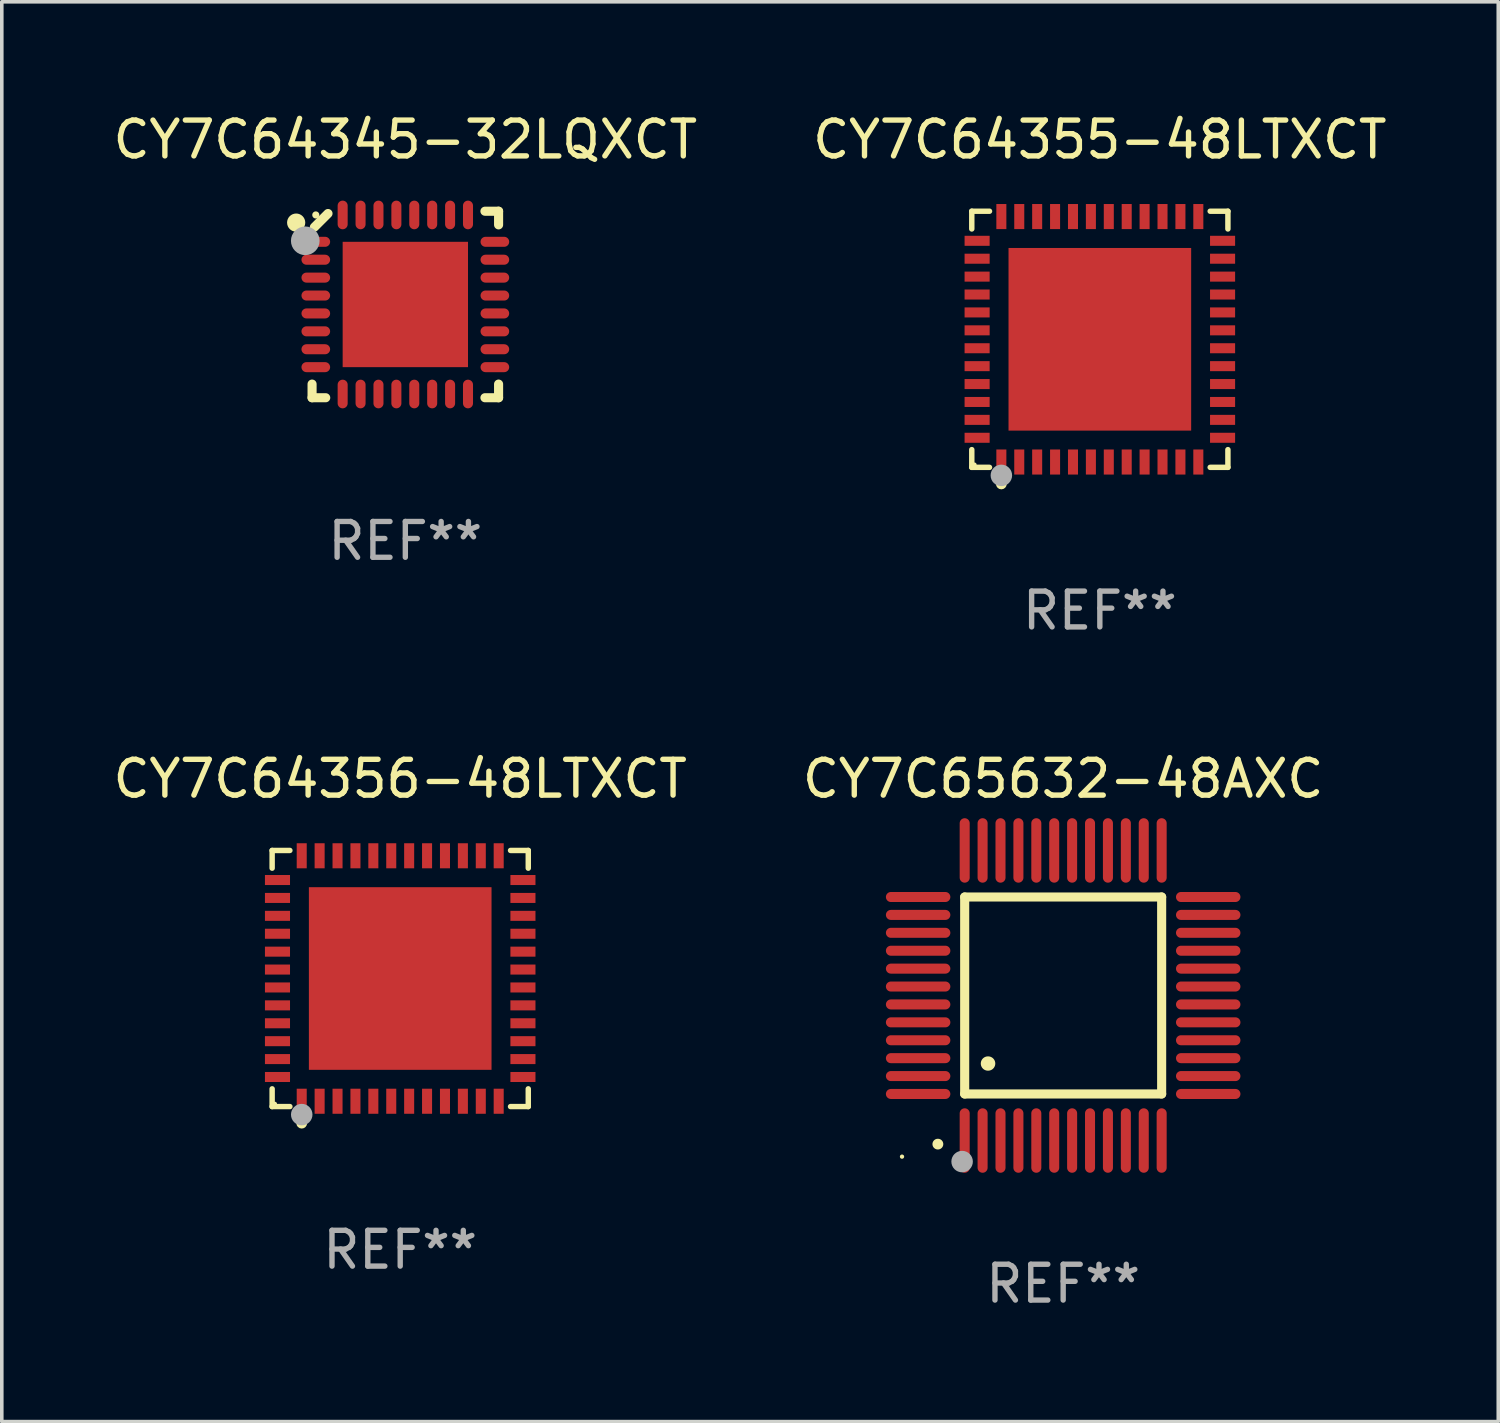
<source format=kicad_pcb>
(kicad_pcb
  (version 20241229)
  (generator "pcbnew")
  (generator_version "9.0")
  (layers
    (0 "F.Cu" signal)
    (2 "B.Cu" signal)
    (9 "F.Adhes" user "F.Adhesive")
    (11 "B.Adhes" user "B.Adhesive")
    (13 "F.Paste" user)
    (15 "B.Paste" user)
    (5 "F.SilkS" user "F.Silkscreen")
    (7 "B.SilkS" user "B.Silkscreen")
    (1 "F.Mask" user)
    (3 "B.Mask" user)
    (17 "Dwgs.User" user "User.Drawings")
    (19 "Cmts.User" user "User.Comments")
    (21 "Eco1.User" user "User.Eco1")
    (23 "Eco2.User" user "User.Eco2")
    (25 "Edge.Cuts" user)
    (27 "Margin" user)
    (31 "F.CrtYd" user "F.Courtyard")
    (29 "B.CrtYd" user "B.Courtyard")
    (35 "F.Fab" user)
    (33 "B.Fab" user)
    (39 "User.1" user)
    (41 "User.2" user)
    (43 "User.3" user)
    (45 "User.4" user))
  (footprint "CY7C64345-32LQXCT"
    (layer "F.Cu")
    (at 8.268 5.452)
    (property "Reference" "CY7C64345-32LQXCT" (at 0 -4.604 0) (layer "F.SilkS") (effects (font (size 1 1) (thickness 0.15))))
    (attr through_hole)
    (fp_line (start -2.604 2.223) (end -2.604 2.604) (stroke (width 0.254) (type solid)) (layer "F.SilkS"))
    (fp_line (start -2.604 2.604) (end -2.223 2.604) (stroke (width 0.254) (type solid)) (layer "F.SilkS"))
    (fp_line (start -2.159 -2.54) (end -2.54 -2.159) (stroke (width 0.254) (type solid)) (layer "F.SilkS"))
    (fp_line (start 2.223 2.604) (end 2.604 2.604) (stroke (width 0.254) (type solid)) (layer "F.SilkS"))
    (fp_line (start 2.604 -2.604) (end 2.223 -2.604) (stroke (width 0.254) (type solid)) (layer "F.SilkS"))
    (fp_line (start 2.604 -2.223) (end 2.604 -2.604) (stroke (width 0.254) (type solid)) (layer "F.SilkS"))
    (fp_line (start 2.604 2.604) (end 2.604 2.223) (stroke (width 0.254) (type solid)) (layer "F.SilkS"))
    (fp_circle (center -3.048 -2.286) (end -2.921 -2.286) (stroke (width 0.254) (type solid)) (fill no) (layer "F.SilkS"))
    (fp_circle (center -2.5 -2.5) (end -2.45 -2.5) (stroke (width 0.1) (type solid)) (fill no) (layer "F.SilkS"))
    (fp_circle (center -2.794 -1.778) (end -2.594 -1.778) (stroke (width 0.4) (type solid)) (fill no) (layer "F.Fab"))
    (fp_text user "REF**" (at 0 6.604 0) (layer "F.Fab") (effects (font (size 1 1) (thickness 0.15))))
    (pad "1" smd oval (at -2.5 -1.75) (size 0.8 0.28) (layers "F.Cu" "F.Mask" "F.Paste"))
    (pad "2" smd oval (at -2.5 -1.25) (size 0.8 0.28) (layers "F.Cu" "F.Mask" "F.Paste"))
    (pad "3" smd oval (at -2.5 -0.75) (size 0.8 0.28) (layers "F.Cu" "F.Mask" "F.Paste"))
    (pad "4" smd oval (at -2.5 -0.25) (size 0.8 0.28) (layers "F.Cu" "F.Mask" "F.Paste"))
    (pad "5" smd oval (at -2.5 0.25) (size 0.8 0.28) (layers "F.Cu" "F.Mask" "F.Paste"))
    (pad "6" smd oval (at -2.5 0.75) (size 0.8 0.28) (layers "F.Cu" "F.Mask" "F.Paste"))
    (pad "7" smd oval (at -2.5 1.25) (size 0.8 0.28) (layers "F.Cu" "F.Mask" "F.Paste"))
    (pad "8" smd oval (at -2.5 1.75) (size 0.8 0.28) (layers "F.Cu" "F.Mask" "F.Paste"))
    (pad "9" smd oval (at -1.75 2.5) (size 0.28 0.8) (layers "F.Cu" "F.Mask" "F.Paste"))
    (pad "10" smd oval (at -1.25 2.5) (size 0.28 0.8) (layers "F.Cu" "F.Mask" "F.Paste"))
    (pad "11" smd oval (at -0.75 2.5) (size 0.28 0.8) (layers "F.Cu" "F.Mask" "F.Paste"))
    (pad "12" smd oval (at -0.25 2.5) (size 0.28 0.8) (layers "F.Cu" "F.Mask" "F.Paste"))
    (pad "13" smd oval (at 0.25 2.5) (size 0.28 0.8) (layers "F.Cu" "F.Mask" "F.Paste"))
    (pad "14" smd oval (at 0.75 2.5) (size 0.28 0.8) (layers "F.Cu" "F.Mask" "F.Paste"))
    (pad "15" smd oval (at 1.25 2.5) (size 0.28 0.8) (layers "F.Cu" "F.Mask" "F.Paste"))
    (pad "16" smd oval (at 1.75 2.5) (size 0.28 0.8) (layers "F.Cu" "F.Mask" "F.Paste"))
    (pad "17" smd oval (at 2.5 1.75) (size 0.8 0.28) (layers "F.Cu" "F.Mask" "F.Paste"))
    (pad "18" smd oval (at 2.5 1.25) (size 0.8 0.28) (layers "F.Cu" "F.Mask" "F.Paste"))
    (pad "19" smd oval (at 2.5 0.75) (size 0.8 0.28) (layers "F.Cu" "F.Mask" "F.Paste"))
    (pad "20" smd oval (at 2.5 0.25) (size 0.8 0.28) (layers "F.Cu" "F.Mask" "F.Paste"))
    (pad "21" smd oval (at 2.5 -0.25) (size 0.8 0.28) (layers "F.Cu" "F.Mask" "F.Paste"))
    (pad "22" smd oval (at 2.5 -0.75) (size 0.8 0.28) (layers "F.Cu" "F.Mask" "F.Paste"))
    (pad "23" smd oval (at 2.5 -1.25) (size 0.8 0.28) (layers "F.Cu" "F.Mask" "F.Paste"))
    (pad "24" smd oval (at 2.5 -1.75) (size 0.8 0.28) (layers "F.Cu" "F.Mask" "F.Paste"))
    (pad "25" smd oval (at 1.75 -2.5) (size 0.28 0.8) (layers "F.Cu" "F.Mask" "F.Paste"))
    (pad "26" smd oval (at 1.25 -2.5) (size 0.28 0.8) (layers "F.Cu" "F.Mask" "F.Paste"))
    (pad "27" smd oval (at 0.75 -2.5) (size 0.28 0.8) (layers "F.Cu" "F.Mask" "F.Paste"))
    (pad "28" smd oval (at 0.25 -2.5) (size 0.28 0.8) (layers "F.Cu" "F.Mask" "F.Paste"))
    (pad "29" smd oval (at -0.25 -2.5) (size 0.28 0.8) (layers "F.Cu" "F.Mask" "F.Paste"))
    (pad "30" smd oval (at -0.75 -2.5) (size 0.28 0.8) (layers "F.Cu" "F.Mask" "F.Paste"))
    (pad "31" smd oval (at -1.25 -2.5) (size 0.28 0.8) (layers "F.Cu" "F.Mask" "F.Paste"))
    (pad "32" smd oval (at -1.75 -2.5) (size 0.28 0.8) (layers "F.Cu" "F.Mask" "F.Paste"))
    (pad "33" smd rect (at 0.000076 0.000076) (size 3.5 3.5) (layers "F.Cu" "F.Mask" "F.Paste")))
  (footprint "CY7C64356-48LTXCT"
    (layer "F.Cu")
    (at 8.125 24.273)
    (property "Reference" "CY7C64356-48LTXCT" (at 0 -5.576 0) (layer "F.SilkS") (effects (font (size 1 1) (thickness 0.15))))
    (attr through_hole)
    (fp_line (start -3.576 -3.576) (end -3.081 -3.576) (stroke (width 0.152) (type solid)) (layer "F.SilkS"))
    (fp_line (start -3.576 -3.081) (end -3.576 -3.576) (stroke (width 0.152) (type solid)) (layer "F.SilkS"))
    (fp_line (start -3.576 3.081) (end -3.576 3.576) (stroke (width 0.152) (type solid)) (layer "F.SilkS"))
    (fp_line (start -3.576 3.576) (end -3.081 3.576) (stroke (width 0.152) (type solid)) (layer "F.SilkS"))
    (fp_line (start 3.576 -3.576) (end 3.081 -3.576) (stroke (width 0.152) (type solid)) (layer "F.SilkS"))
    (fp_line (start 3.576 -3.081) (end 3.576 -3.576) (stroke (width 0.152) (type solid)) (layer "F.SilkS"))
    (fp_line (start 3.576 3.081) (end 3.576 3.576) (stroke (width 0.152) (type solid)) (layer "F.SilkS"))
    (fp_line (start 3.576 3.576) (end 3.081 3.576) (stroke (width 0.152) (type solid)) (layer "F.SilkS"))
    (fp_circle (center -3.5 3.5) (end -3.47 3.5) (stroke (width 0.06) (type solid)) (fill no) (layer "F.SilkS"))
    (fp_circle (center -2.75 4.04) (end -2.675 4.04) (stroke (width 0.15) (type solid)) (fill no) (layer "F.SilkS"))
    (fp_circle (center -2.75 3.8) (end -2.6 3.8) (stroke (width 0.3) (type solid)) (fill no) (layer "F.Fab"))
    (fp_text user "REF**" (at 0 7.576 0) (layer "F.Fab") (effects (font (size 1 1) (thickness 0.15))))
    (pad "1" smd rect (at -2.75 3.427) (size 0.28 0.7) (layers "F.Cu" "F.Mask" "F.Paste"))
    (pad "2" smd rect (at -2.25 3.427) (size 0.28 0.7) (layers "F.Cu" "F.Mask" "F.Paste"))
    (pad "3" smd rect (at -1.75 3.427) (size 0.28 0.7) (layers "F.Cu" "F.Mask" "F.Paste"))
    (pad "4" smd rect (at -1.25 3.427) (size 0.28 0.7) (layers "F.Cu" "F.Mask" "F.Paste"))
    (pad "5" smd rect (at -0.75 3.427) (size 0.28 0.7) (layers "F.Cu" "F.Mask" "F.Paste"))
    (pad "6" smd rect (at -0.25 3.427) (size 0.28 0.7) (layers "F.Cu" "F.Mask" "F.Paste"))
    (pad "7" smd rect (at 0.25 3.427) (size 0.28 0.7) (layers "F.Cu" "F.Mask" "F.Paste"))
    (pad "8" smd rect (at 0.75 3.427) (size 0.28 0.7) (layers "F.Cu" "F.Mask" "F.Paste"))
    (pad "9" smd rect (at 1.25 3.427) (size 0.28 0.7) (layers "F.Cu" "F.Mask" "F.Paste"))
    (pad "10" smd rect (at 1.75 3.427) (size 0.28 0.7) (layers "F.Cu" "F.Mask" "F.Paste"))
    (pad "11" smd rect (at 2.25 3.427) (size 0.28 0.7) (layers "F.Cu" "F.Mask" "F.Paste"))
    (pad "12" smd rect (at 2.75 3.427) (size 0.28 0.7) (layers "F.Cu" "F.Mask" "F.Paste"))
    (pad "13" smd rect (at 3.427 2.75) (size 0.7 0.28) (layers "F.Cu" "F.Mask" "F.Paste"))
    (pad "14" smd rect (at 3.427 2.25) (size 0.7 0.28) (layers "F.Cu" "F.Mask" "F.Paste"))
    (pad "15" smd rect (at 3.427 1.75) (size 0.7 0.28) (layers "F.Cu" "F.Mask" "F.Paste"))
    (pad "16" smd rect (at 3.427 1.25) (size 0.7 0.28) (layers "F.Cu" "F.Mask" "F.Paste"))
    (pad "17" smd rect (at 3.427 0.75) (size 0.7 0.28) (layers "F.Cu" "F.Mask" "F.Paste"))
    (pad "18" smd rect (at 3.427 0.25) (size 0.7 0.28) (layers "F.Cu" "F.Mask" "F.Paste"))
    (pad "19" smd rect (at 3.427 -0.25) (size 0.7 0.28) (layers "F.Cu" "F.Mask" "F.Paste"))
    (pad "20" smd rect (at 3.427 -0.75) (size 0.7 0.28) (layers "F.Cu" "F.Mask" "F.Paste"))
    (pad "21" smd rect (at 3.427 -1.25) (size 0.7 0.28) (layers "F.Cu" "F.Mask" "F.Paste"))
    (pad "22" smd rect (at 3.427 -1.75) (size 0.7 0.28) (layers "F.Cu" "F.Mask" "F.Paste"))
    (pad "23" smd rect (at 3.427 -2.25) (size 0.7 0.28) (layers "F.Cu" "F.Mask" "F.Paste"))
    (pad "24" smd rect (at 3.427 -2.75) (size 0.7 0.28) (layers "F.Cu" "F.Mask" "F.Paste"))
    (pad "25" smd rect (at 2.75 -3.427) (size 0.28 0.7) (layers "F.Cu" "F.Mask" "F.Paste"))
    (pad "26" smd rect (at 2.25 -3.427) (size 0.28 0.7) (layers "F.Cu" "F.Mask" "F.Paste"))
    (pad "27" smd rect (at 1.75 -3.427) (size 0.28 0.7) (layers "F.Cu" "F.Mask" "F.Paste"))
    (pad "28" smd rect (at 1.25 -3.427) (size 0.28 0.7) (layers "F.Cu" "F.Mask" "F.Paste"))
    (pad "29" smd rect (at 0.75 -3.427) (size 0.28 0.7) (layers "F.Cu" "F.Mask" "F.Paste"))
    (pad "30" smd rect (at 0.25 -3.427) (size 0.28 0.7) (layers "F.Cu" "F.Mask" "F.Paste"))
    (pad "31" smd rect (at -0.25 -3.427) (size 0.28 0.7) (layers "F.Cu" "F.Mask" "F.Paste"))
    (pad "32" smd rect (at -0.75 -3.427) (size 0.28 0.7) (layers "F.Cu" "F.Mask" "F.Paste"))
    (pad "33" smd rect (at -1.25 -3.427) (size 0.28 0.7) (layers "F.Cu" "F.Mask" "F.Paste"))
    (pad "34" smd rect (at -1.75 -3.427) (size 0.28 0.7) (layers "F.Cu" "F.Mask" "F.Paste"))
    (pad "35" smd rect (at -2.25 -3.427) (size 0.28 0.7) (layers "F.Cu" "F.Mask" "F.Paste"))
    (pad "36" smd rect (at -2.75 -3.427) (size 0.28 0.7) (layers "F.Cu" "F.Mask" "F.Paste"))
    (pad "37" smd rect (at -3.427 -2.75) (size 0.7 0.28) (layers "F.Cu" "F.Mask" "F.Paste"))
    (pad "38" smd rect (at -3.427 -2.25) (size 0.7 0.28) (layers "F.Cu" "F.Mask" "F.Paste"))
    (pad "39" smd rect (at -3.427 -1.75) (size 0.7 0.28) (layers "F.Cu" "F.Mask" "F.Paste"))
    (pad "40" smd rect (at -3.427 -1.25) (size 0.7 0.28) (layers "F.Cu" "F.Mask" "F.Paste"))
    (pad "41" smd rect (at -3.427 -0.75) (size 0.7 0.28) (layers "F.Cu" "F.Mask" "F.Paste"))
    (pad "42" smd rect (at -3.427 -0.25) (size 0.7 0.28) (layers "F.Cu" "F.Mask" "F.Paste"))
    (pad "43" smd rect (at -3.427 0.25) (size 0.7 0.28) (layers "F.Cu" "F.Mask" "F.Paste"))
    (pad "44" smd rect (at -3.427 0.75) (size 0.7 0.28) (layers "F.Cu" "F.Mask" "F.Paste"))
    (pad "45" smd rect (at -3.427 1.25) (size 0.7 0.28) (layers "F.Cu" "F.Mask" "F.Paste"))
    (pad "46" smd rect (at -3.427 1.75) (size 0.7 0.28) (layers "F.Cu" "F.Mask" "F.Paste"))
    (pad "47" smd rect (at -3.427 2.25) (size 0.7 0.28) (layers "F.Cu" "F.Mask" "F.Paste"))
    (pad "48" smd rect (at -3.427 2.75) (size 0.7 0.28) (layers "F.Cu" "F.Mask" "F.Paste"))
    (pad "49" smd rect (at 0 0) (size 5.1 5.1) (layers "F.Cu" "F.Mask" "F.Paste")))
  (footprint "CY7C65632-48AXC"
    (layer "F.Cu")
    (at 26.637 24.747)
    (property "Reference" "CY7C65632-48AXC" (at 0 -6.05 0) (layer "F.SilkS") (effects (font (size 1 1) (thickness 0.15))))
    (attr through_hole)
    (fp_line (start -2.75 -2.75) (end 2.75 -2.75) (stroke (width 0.254) (type solid)) (layer "F.SilkS"))
    (fp_line (start -2.75 2.75) (end -2.75 -2.75) (stroke (width 0.254) (type solid)) (layer "F.SilkS"))
    (fp_line (start 2.75 -2.75) (end 2.75 2.75) (stroke (width 0.254) (type solid)) (layer "F.SilkS"))
    (fp_line (start 2.75 2.75) (end -2.75 2.75) (stroke (width 0.254) (type solid)) (layer "F.SilkS"))
    (fp_arc (start -3.500127 4.150368) (mid -3.498857 4.150363) (end -3.497587 4.150368) (stroke (width 0.3) (type solid)) (layer "F.SilkS"))
    (fp_arc (start -2.100584 1.899924) (mid -2.098044 1.899908) (end -2.095504 1.899924) (stroke (width 0.4) (type solid)) (layer "F.SilkS"))
    (fp_circle (center -4.5 4.5) (end -4.47 4.5) (stroke (width 0.06) (type solid)) (fill no) (layer "F.SilkS"))
    (fp_circle (center -2.822 4.638) (end -2.672 4.638) (stroke (width 0.3) (type solid)) (fill no) (layer "F.Fab"))
    (fp_text user "REF**" (at 0 8.05 0) (layer "F.Fab") (effects (font (size 1 1) (thickness 0.15))))
    (pad "1" smd oval (at -2.75 4.05) (size 0.28 1.8) (layers "F.Cu" "F.Mask" "F.Paste"))
    (pad "2" smd oval (at -2.25 4.05) (size 0.28 1.8) (layers "F.Cu" "F.Mask" "F.Paste"))
    (pad "3" smd oval (at -1.75 4.05) (size 0.28 1.8) (layers "F.Cu" "F.Mask" "F.Paste"))
    (pad "4" smd oval (at -1.25 4.05) (size 0.28 1.8) (layers "F.Cu" "F.Mask" "F.Paste"))
    (pad "5" smd oval (at -0.75 4.05) (size 0.28 1.8) (layers "F.Cu" "F.Mask" "F.Paste"))
    (pad "6" smd oval (at -0.25 4.05) (size 0.28 1.8) (layers "F.Cu" "F.Mask" "F.Paste"))
    (pad "7" smd oval (at 0.25 4.05) (size 0.28 1.8) (layers "F.Cu" "F.Mask" "F.Paste"))
    (pad "8" smd oval (at 0.75 4.05) (size 0.28 1.8) (layers "F.Cu" "F.Mask" "F.Paste"))
    (pad "9" smd oval (at 1.25 4.05) (size 0.28 1.8) (layers "F.Cu" "F.Mask" "F.Paste"))
    (pad "10" smd oval (at 1.75 4.05) (size 0.28 1.8) (layers "F.Cu" "F.Mask" "F.Paste"))
    (pad "11" smd oval (at 2.25 4.05) (size 0.28 1.8) (layers "F.Cu" "F.Mask" "F.Paste"))
    (pad "12" smd oval (at 2.75 4.05) (size 0.28 1.8) (layers "F.Cu" "F.Mask" "F.Paste"))
    (pad "13" smd oval (at 4.05 2.75) (size 1.8 0.28) (layers "F.Cu" "F.Mask" "F.Paste"))
    (pad "14" smd oval (at 4.05 2.25) (size 1.8 0.28) (layers "F.Cu" "F.Mask" "F.Paste"))
    (pad "15" smd oval (at 4.05 1.75) (size 1.8 0.28) (layers "F.Cu" "F.Mask" "F.Paste"))
    (pad "16" smd oval (at 4.05 1.25) (size 1.8 0.28) (layers "F.Cu" "F.Mask" "F.Paste"))
    (pad "17" smd oval (at 4.05 0.75) (size 1.8 0.28) (layers "F.Cu" "F.Mask" "F.Paste"))
    (pad "18" smd oval (at 4.05 0.25) (size 1.8 0.28) (layers "F.Cu" "F.Mask" "F.Paste"))
    (pad "19" smd oval (at 4.05 -0.25) (size 1.8 0.28) (layers "F.Cu" "F.Mask" "F.Paste"))
    (pad "20" smd oval (at 4.05 -0.75) (size 1.8 0.28) (layers "F.Cu" "F.Mask" "F.Paste"))
    (pad "21" smd oval (at 4.05 -1.25) (size 1.8 0.28) (layers "F.Cu" "F.Mask" "F.Paste"))
    (pad "22" smd oval (at 4.05 -1.75) (size 1.8 0.28) (layers "F.Cu" "F.Mask" "F.Paste"))
    (pad "23" smd oval (at 4.05 -2.25) (size 1.8 0.28) (layers "F.Cu" "F.Mask" "F.Paste"))
    (pad "24" smd oval (at 4.05 -2.75) (size 1.8 0.28) (layers "F.Cu" "F.Mask" "F.Paste"))
    (pad "25" smd oval (at 2.75 -4.05) (size 0.28 1.8) (layers "F.Cu" "F.Mask" "F.Paste"))
    (pad "26" smd oval (at 2.25 -4.05) (size 0.28 1.8) (layers "F.Cu" "F.Mask" "F.Paste"))
    (pad "27" smd oval (at 1.75 -4.05) (size 0.28 1.8) (layers "F.Cu" "F.Mask" "F.Paste"))
    (pad "28" smd oval (at 1.25 -4.05) (size 0.28 1.8) (layers "F.Cu" "F.Mask" "F.Paste"))
    (pad "29" smd oval (at 0.75 -4.05) (size 0.28 1.8) (layers "F.Cu" "F.Mask" "F.Paste"))
    (pad "30" smd oval (at 0.25 -4.05) (size 0.28 1.8) (layers "F.Cu" "F.Mask" "F.Paste"))
    (pad "31" smd oval (at -0.25 -4.05) (size 0.28 1.8) (layers "F.Cu" "F.Mask" "F.Paste"))
    (pad "32" smd oval (at -0.75 -4.05) (size 0.28 1.8) (layers "F.Cu" "F.Mask" "F.Paste"))
    (pad "33" smd oval (at -1.25 -4.05) (size 0.28 1.8) (layers "F.Cu" "F.Mask" "F.Paste"))
    (pad "34" smd oval (at -1.75 -4.05) (size 0.28 1.8) (layers "F.Cu" "F.Mask" "F.Paste"))
    (pad "35" smd oval (at -2.25 -4.05) (size 0.28 1.8) (layers "F.Cu" "F.Mask" "F.Paste"))
    (pad "36" smd oval (at -2.75 -4.05) (size 0.28 1.8) (layers "F.Cu" "F.Mask" "F.Paste"))
    (pad "37" smd oval (at -4.05 -2.75) (size 1.8 0.28) (layers "F.Cu" "F.Mask" "F.Paste"))
    (pad "38" smd oval (at -4.05 -2.25) (size 1.8 0.28) (layers "F.Cu" "F.Mask" "F.Paste"))
    (pad "39" smd oval (at -4.05 -1.75) (size 1.8 0.28) (layers "F.Cu" "F.Mask" "F.Paste"))
    (pad "40" smd oval (at -4.05 -1.25) (size 1.8 0.28) (layers "F.Cu" "F.Mask" "F.Paste"))
    (pad "41" smd oval (at -4.05 -0.75) (size 1.8 0.28) (layers "F.Cu" "F.Mask" "F.Paste"))
    (pad "42" smd oval (at -4.05 -0.25) (size 1.8 0.28) (layers "F.Cu" "F.Mask" "F.Paste"))
    (pad "43" smd oval (at -4.05 0.25) (size 1.8 0.28) (layers "F.Cu" "F.Mask" "F.Paste"))
    (pad "44" smd oval (at -4.05 0.75) (size 1.8 0.28) (layers "F.Cu" "F.Mask" "F.Paste"))
    (pad "45" smd oval (at -4.05 1.25) (size 1.8 0.28) (layers "F.Cu" "F.Mask" "F.Paste"))
    (pad "46" smd oval (at -4.05 1.75) (size 1.8 0.28) (layers "F.Cu" "F.Mask" "F.Paste"))
    (pad "47" smd oval (at -4.05 2.25) (size 1.8 0.28) (layers "F.Cu" "F.Mask" "F.Paste"))
    (pad "48" smd oval (at -4.05 2.75) (size 1.8 0.28) (layers "F.Cu" "F.Mask" "F.Paste")))
  (footprint "CY7C64355-48LTXCT"
    (layer "F.Cu")
    (at 27.661 6.424)
    (property "Reference" "CY7C64355-48LTXCT" (at 0 -5.576 0) (layer "F.SilkS") (effects (font (size 1 1) (thickness 0.15))))
    (attr through_hole)
    (fp_line (start -3.576 -3.576) (end -3.081 -3.576) (stroke (width 0.152) (type solid)) (layer "F.SilkS"))
    (fp_line (start -3.576 -3.081) (end -3.576 -3.576) (stroke (width 0.152) (type solid)) (layer "F.SilkS"))
    (fp_line (start -3.576 3.081) (end -3.576 3.576) (stroke (width 0.152) (type solid)) (layer "F.SilkS"))
    (fp_line (start -3.576 3.576) (end -3.081 3.576) (stroke (width 0.152) (type solid)) (layer "F.SilkS"))
    (fp_line (start 3.576 -3.576) (end 3.081 -3.576) (stroke (width 0.152) (type solid)) (layer "F.SilkS"))
    (fp_line (start 3.576 -3.081) (end 3.576 -3.576) (stroke (width 0.152) (type solid)) (layer "F.SilkS"))
    (fp_line (start 3.576 3.081) (end 3.576 3.576) (stroke (width 0.152) (type solid)) (layer "F.SilkS"))
    (fp_line (start 3.576 3.576) (end 3.081 3.576) (stroke (width 0.152) (type solid)) (layer "F.SilkS"))
    (fp_circle (center -3.5 3.5) (end -3.47 3.5) (stroke (width 0.06) (type solid)) (fill no) (layer "F.SilkS"))
    (fp_circle (center -2.75 4.04) (end -2.675 4.04) (stroke (width 0.15) (type solid)) (fill no) (layer "F.SilkS"))
    (fp_circle (center -2.75 3.8) (end -2.6 3.8) (stroke (width 0.3) (type solid)) (fill no) (layer "F.Fab"))
    (fp_text user "REF**" (at 0 7.576 0) (layer "F.Fab") (effects (font (size 1 1) (thickness 0.15))))
    (pad "1" smd rect (at -2.75 3.427) (size 0.28 0.7) (layers "F.Cu" "F.Mask" "F.Paste"))
    (pad "2" smd rect (at -2.25 3.427) (size 0.28 0.7) (layers "F.Cu" "F.Mask" "F.Paste"))
    (pad "3" smd rect (at -1.75 3.427) (size 0.28 0.7) (layers "F.Cu" "F.Mask" "F.Paste"))
    (pad "4" smd rect (at -1.25 3.427) (size 0.28 0.7) (layers "F.Cu" "F.Mask" "F.Paste"))
    (pad "5" smd rect (at -0.75 3.427) (size 0.28 0.7) (layers "F.Cu" "F.Mask" "F.Paste"))
    (pad "6" smd rect (at -0.25 3.427) (size 0.28 0.7) (layers "F.Cu" "F.Mask" "F.Paste"))
    (pad "7" smd rect (at 0.25 3.427) (size 0.28 0.7) (layers "F.Cu" "F.Mask" "F.Paste"))
    (pad "8" smd rect (at 0.75 3.427) (size 0.28 0.7) (layers "F.Cu" "F.Mask" "F.Paste"))
    (pad "9" smd rect (at 1.25 3.427) (size 0.28 0.7) (layers "F.Cu" "F.Mask" "F.Paste"))
    (pad "10" smd rect (at 1.75 3.427) (size 0.28 0.7) (layers "F.Cu" "F.Mask" "F.Paste"))
    (pad "11" smd rect (at 2.25 3.427) (size 0.28 0.7) (layers "F.Cu" "F.Mask" "F.Paste"))
    (pad "12" smd rect (at 2.75 3.427) (size 0.28 0.7) (layers "F.Cu" "F.Mask" "F.Paste"))
    (pad "13" smd rect (at 3.427 2.75) (size 0.7 0.28) (layers "F.Cu" "F.Mask" "F.Paste"))
    (pad "14" smd rect (at 3.427 2.25) (size 0.7 0.28) (layers "F.Cu" "F.Mask" "F.Paste"))
    (pad "15" smd rect (at 3.427 1.75) (size 0.7 0.28) (layers "F.Cu" "F.Mask" "F.Paste"))
    (pad "16" smd rect (at 3.427 1.25) (size 0.7 0.28) (layers "F.Cu" "F.Mask" "F.Paste"))
    (pad "17" smd rect (at 3.427 0.75) (size 0.7 0.28) (layers "F.Cu" "F.Mask" "F.Paste"))
    (pad "18" smd rect (at 3.427 0.25) (size 0.7 0.28) (layers "F.Cu" "F.Mask" "F.Paste"))
    (pad "19" smd rect (at 3.427 -0.25) (size 0.7 0.28) (layers "F.Cu" "F.Mask" "F.Paste"))
    (pad "20" smd rect (at 3.427 -0.75) (size 0.7 0.28) (layers "F.Cu" "F.Mask" "F.Paste"))
    (pad "21" smd rect (at 3.427 -1.25) (size 0.7 0.28) (layers "F.Cu" "F.Mask" "F.Paste"))
    (pad "22" smd rect (at 3.427 -1.75) (size 0.7 0.28) (layers "F.Cu" "F.Mask" "F.Paste"))
    (pad "23" smd rect (at 3.427 -2.25) (size 0.7 0.28) (layers "F.Cu" "F.Mask" "F.Paste"))
    (pad "24" smd rect (at 3.427 -2.75) (size 0.7 0.28) (layers "F.Cu" "F.Mask" "F.Paste"))
    (pad "25" smd rect (at 2.75 -3.427) (size 0.28 0.7) (layers "F.Cu" "F.Mask" "F.Paste"))
    (pad "26" smd rect (at 2.25 -3.427) (size 0.28 0.7) (layers "F.Cu" "F.Mask" "F.Paste"))
    (pad "27" smd rect (at 1.75 -3.427) (size 0.28 0.7) (layers "F.Cu" "F.Mask" "F.Paste"))
    (pad "28" smd rect (at 1.25 -3.427) (size 0.28 0.7) (layers "F.Cu" "F.Mask" "F.Paste"))
    (pad "29" smd rect (at 0.75 -3.427) (size 0.28 0.7) (layers "F.Cu" "F.Mask" "F.Paste"))
    (pad "30" smd rect (at 0.25 -3.427) (size 0.28 0.7) (layers "F.Cu" "F.Mask" "F.Paste"))
    (pad "31" smd rect (at -0.25 -3.427) (size 0.28 0.7) (layers "F.Cu" "F.Mask" "F.Paste"))
    (pad "32" smd rect (at -0.75 -3.427) (size 0.28 0.7) (layers "F.Cu" "F.Mask" "F.Paste"))
    (pad "33" smd rect (at -1.25 -3.427) (size 0.28 0.7) (layers "F.Cu" "F.Mask" "F.Paste"))
    (pad "34" smd rect (at -1.75 -3.427) (size 0.28 0.7) (layers "F.Cu" "F.Mask" "F.Paste"))
    (pad "35" smd rect (at -2.25 -3.427) (size 0.28 0.7) (layers "F.Cu" "F.Mask" "F.Paste"))
    (pad "36" smd rect (at -2.75 -3.427) (size 0.28 0.7) (layers "F.Cu" "F.Mask" "F.Paste"))
    (pad "37" smd rect (at -3.427 -2.75) (size 0.7 0.28) (layers "F.Cu" "F.Mask" "F.Paste"))
    (pad "38" smd rect (at -3.427 -2.25) (size 0.7 0.28) (layers "F.Cu" "F.Mask" "F.Paste"))
    (pad "39" smd rect (at -3.427 -1.75) (size 0.7 0.28) (layers "F.Cu" "F.Mask" "F.Paste"))
    (pad "40" smd rect (at -3.427 -1.25) (size 0.7 0.28) (layers "F.Cu" "F.Mask" "F.Paste"))
    (pad "41" smd rect (at -3.427 -0.75) (size 0.7 0.28) (layers "F.Cu" "F.Mask" "F.Paste"))
    (pad "42" smd rect (at -3.427 -0.25) (size 0.7 0.28) (layers "F.Cu" "F.Mask" "F.Paste"))
    (pad "43" smd rect (at -3.427 0.25) (size 0.7 0.28) (layers "F.Cu" "F.Mask" "F.Paste"))
    (pad "44" smd rect (at -3.427 0.75) (size 0.7 0.28) (layers "F.Cu" "F.Mask" "F.Paste"))
    (pad "45" smd rect (at -3.427 1.25) (size 0.7 0.28) (layers "F.Cu" "F.Mask" "F.Paste"))
    (pad "46" smd rect (at -3.427 1.75) (size 0.7 0.28) (layers "F.Cu" "F.Mask" "F.Paste"))
    (pad "47" smd rect (at -3.427 2.25) (size 0.7 0.28) (layers "F.Cu" "F.Mask" "F.Paste"))
    (pad "48" smd rect (at -3.427 2.75) (size 0.7 0.28) (layers "F.Cu" "F.Mask" "F.Paste"))
    (pad "49" smd rect (at 0 0) (size 5.1 5.1) (layers "F.Cu" "F.Mask" "F.Paste")))
  (gr_rect
    (start -3 -3)
    (end 38.786 36.645)
    (stroke (width 0.1) (type default))
    (fill no)
    (layer "Edge.Cuts")))
</source>
